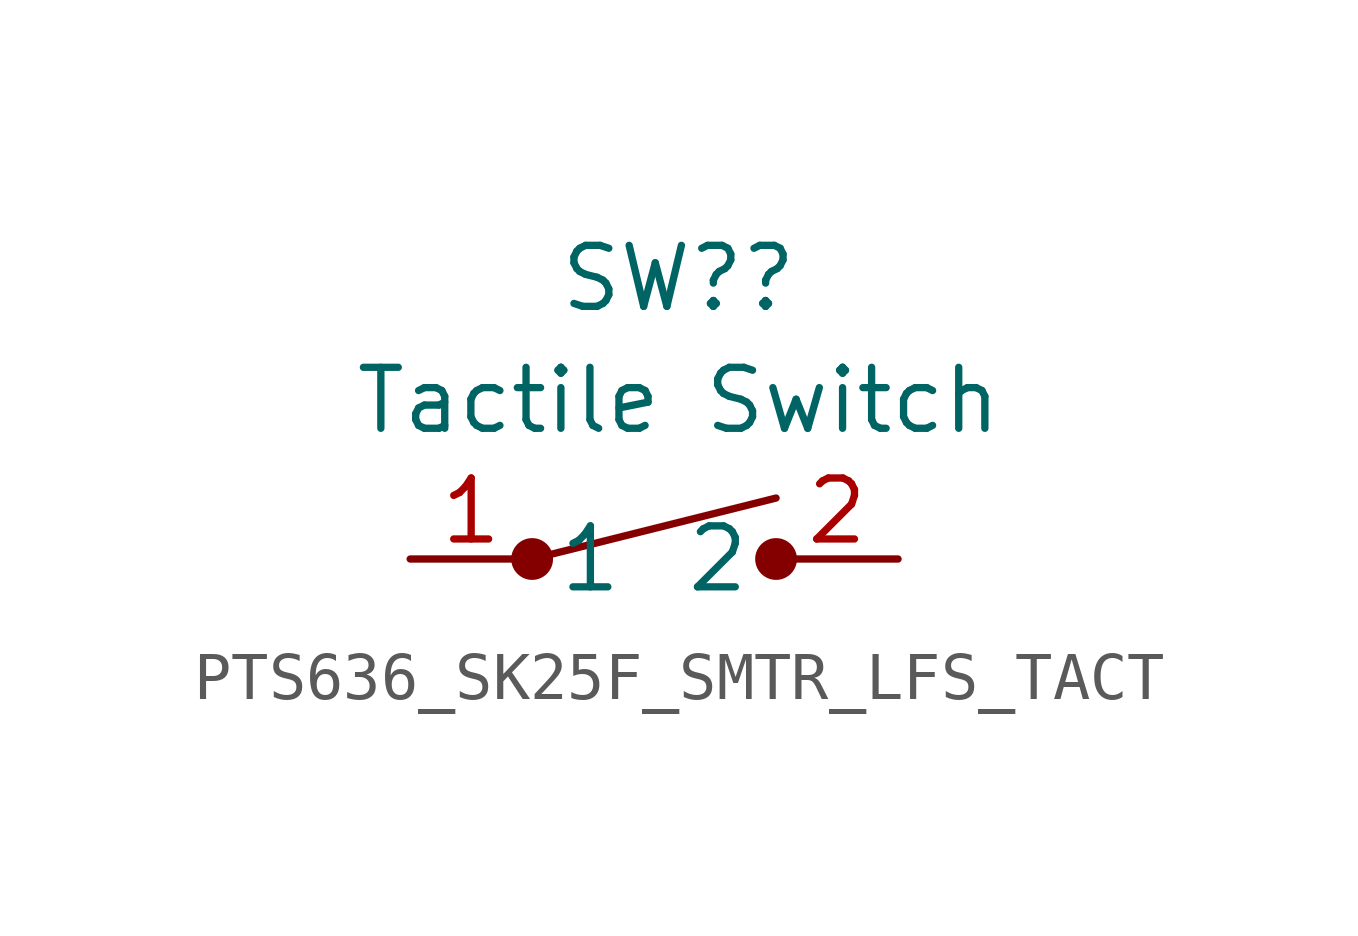
<source format=kicad_sym>
(kicad_symbol_lib
  (version 20231120)
  (generator "kicad_symbol_editor")
  (generator_version "8.0")
  (symbol "PTS636_SK25F_SMTR_LFS_TACT"
    (property "Reference" "SW?"
      (at 0.508 5.842 0)
      (effects (font (size 1.27 1.27))))
    (property "Value" "Tactile Switch "
      (at 0.508 3.302 0)
      (effects (font (size 1.27 1.27))))
    (symbol "PTS636_SK25F_SMTR_LFS_TACT_1_1"
      (circle (center -2.54 0) (radius 0.359) (stroke (width 0) (type default)) (fill (type outline)))
      (polyline (pts (xy -2.54 0) (xy 2.54 1.27)) (stroke (width 0) (type default)) (fill (type none)))
      (circle (center 2.54 0) (radius 0.359) (stroke (width 0) (type default)) (fill (type outline)))
      (pin passive line (at -5.08 0 0) (length 2.54) (name "1" (effects (font (size 1.27 1.27)))) (number "1" (effects (font (size 1.27 1.27)))))
      (pin passive line (at 5.08 0 180) (length 2.54) (name "2" (effects (font (size 1.27 1.27)))) (number "2" (effects (font (size 1.27 1.27))))))))
</source>
